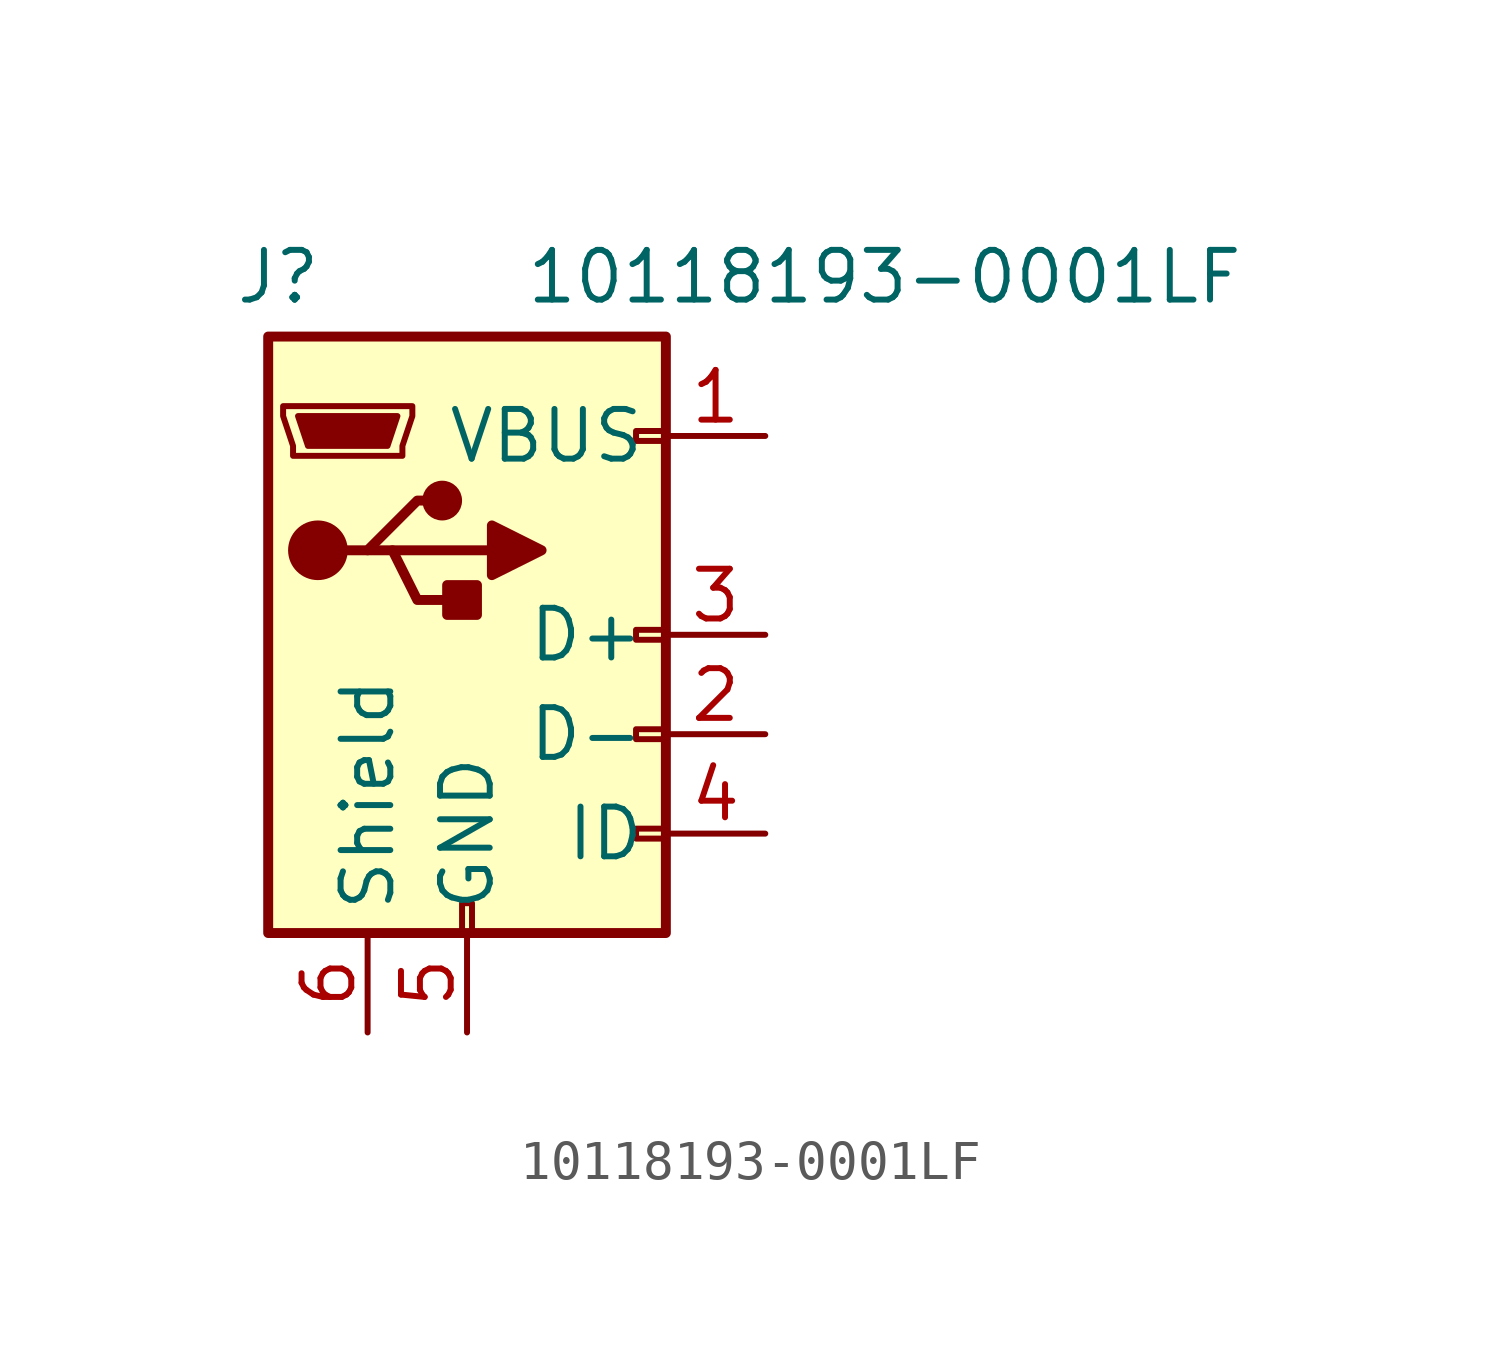
<source format=kicad_sym>
(kicad_symbol_lib
  (version 20231120)
  (generator "kicad_symbol_editor")
  (generator_version "8.0")
  (symbol "10118193-0001LF"
    (property "Reference" "J"
      (at -4.826 9.144 0)
      (effects (font (size 1.27 1.27))))
    (property "Value" "10118193-0001LF"
      (at 10.668 9.144 0)
      (effects (font (size 1.27 1.27))))
    (symbol "10118193-0001LF_0_1"
      (rectangle (start -5.08 -7.62) (end 5.08 7.62) (stroke (width 0.254) (type default)) (fill (type background)))
      (circle (center -3.81 2.159) (radius 0.635) (stroke (width 0.254) (type default)) (fill (type outline)))
      (circle (center -0.635 3.429) (radius 0.381) (stroke (width 0.254) (type default)) (fill (type outline)))
      (rectangle (start -0.127 -7.62) (end 0.127 -6.858) (stroke (width 0) (type default)) (fill (type none)))
      (polyline (pts (xy -1.905 2.159) (xy 0.635 2.159)) (stroke (width 0.254) (type default)) (fill (type none)))
      (polyline (pts (xy -3.175 2.159) (xy -2.54 2.159) (xy -1.27 3.429) (xy -0.635 3.429)) (stroke (width 0.254) (type default)) (fill (type none)))
      (polyline (pts (xy -2.54 2.159) (xy -1.905 2.159) (xy -1.27 0.889) (xy 0 0.889)) (stroke (width 0.254) (type default)) (fill (type none)))
      (polyline (pts (xy 0.635 2.794) (xy 0.635 1.524) (xy 1.905 2.159) (xy 0.635 2.794)) (stroke (width 0.254) (type default)) (fill (type outline)))
      (polyline (pts (xy -4.318 5.588) (xy -1.778 5.588) (xy -2.032 4.826) (xy -4.064 4.826) (xy -4.318 5.588)) (stroke (width 0) (type default)) (fill (type outline)))
      (polyline (pts (xy -4.699 5.842) (xy -4.699 5.588) (xy -4.445 4.826) (xy -4.445 4.572) (xy -1.651 4.572) (xy -1.651 4.826) (xy -1.397 5.588) (xy -1.397 5.842) (xy -4.699 5.842)) (stroke (width 0) (type default)) (fill (type none)))
      (rectangle (start 0.254 1.27) (end -0.508 0.508) (stroke (width 0.254) (type default)) (fill (type outline)))
      (rectangle (start 5.08 -5.207) (end 4.318 -4.953) (stroke (width 0) (type default)) (fill (type none)))
      (rectangle (start 5.08 -2.667) (end 4.318 -2.413) (stroke (width 0) (type default)) (fill (type none)))
      (rectangle (start 5.08 -0.127) (end 4.318 0.127) (stroke (width 0) (type default)) (fill (type none)))
      (rectangle (start 5.08 4.953) (end 4.318 5.207) (stroke (width 0) (type default)) (fill (type none))))
    (symbol "10118193-0001LF_1_1"
      (pin power_out line (at 7.62 5.08 180) (length 2.54) (name "VBUS" (effects (font (size 1.27 1.27)))) (number "1" (effects (font (size 1.27 1.27)))))
      (pin bidirectional line (at 7.62 -2.54 180) (length 2.54) (name "D-" (effects (font (size 1.27 1.27)))) (number "2" (effects (font (size 1.27 1.27)))))
      (pin bidirectional line (at 7.62 0 180) (length 2.54) (name "D+" (effects (font (size 1.27 1.27)))) (number "3" (effects (font (size 1.27 1.27)))))
      (pin passive line (at 7.62 -5.08 180) (length 2.54) (name "ID" (effects (font (size 1.27 1.27)))) (number "4" (effects (font (size 1.27 1.27)))))
      (pin power_out line (at 0 -10.16 90) (length 2.54) (name "GND" (effects (font (size 1.27 1.27)))) (number "5" (effects (font (size 1.27 1.27)))))
      (pin passive line (at -2.54 -10.16 90) (length 2.54) (name "Shield" (effects (font (size 1.27 1.27)))) (number "6" (effects (font (size 1.27 1.27))))))))
</source>
